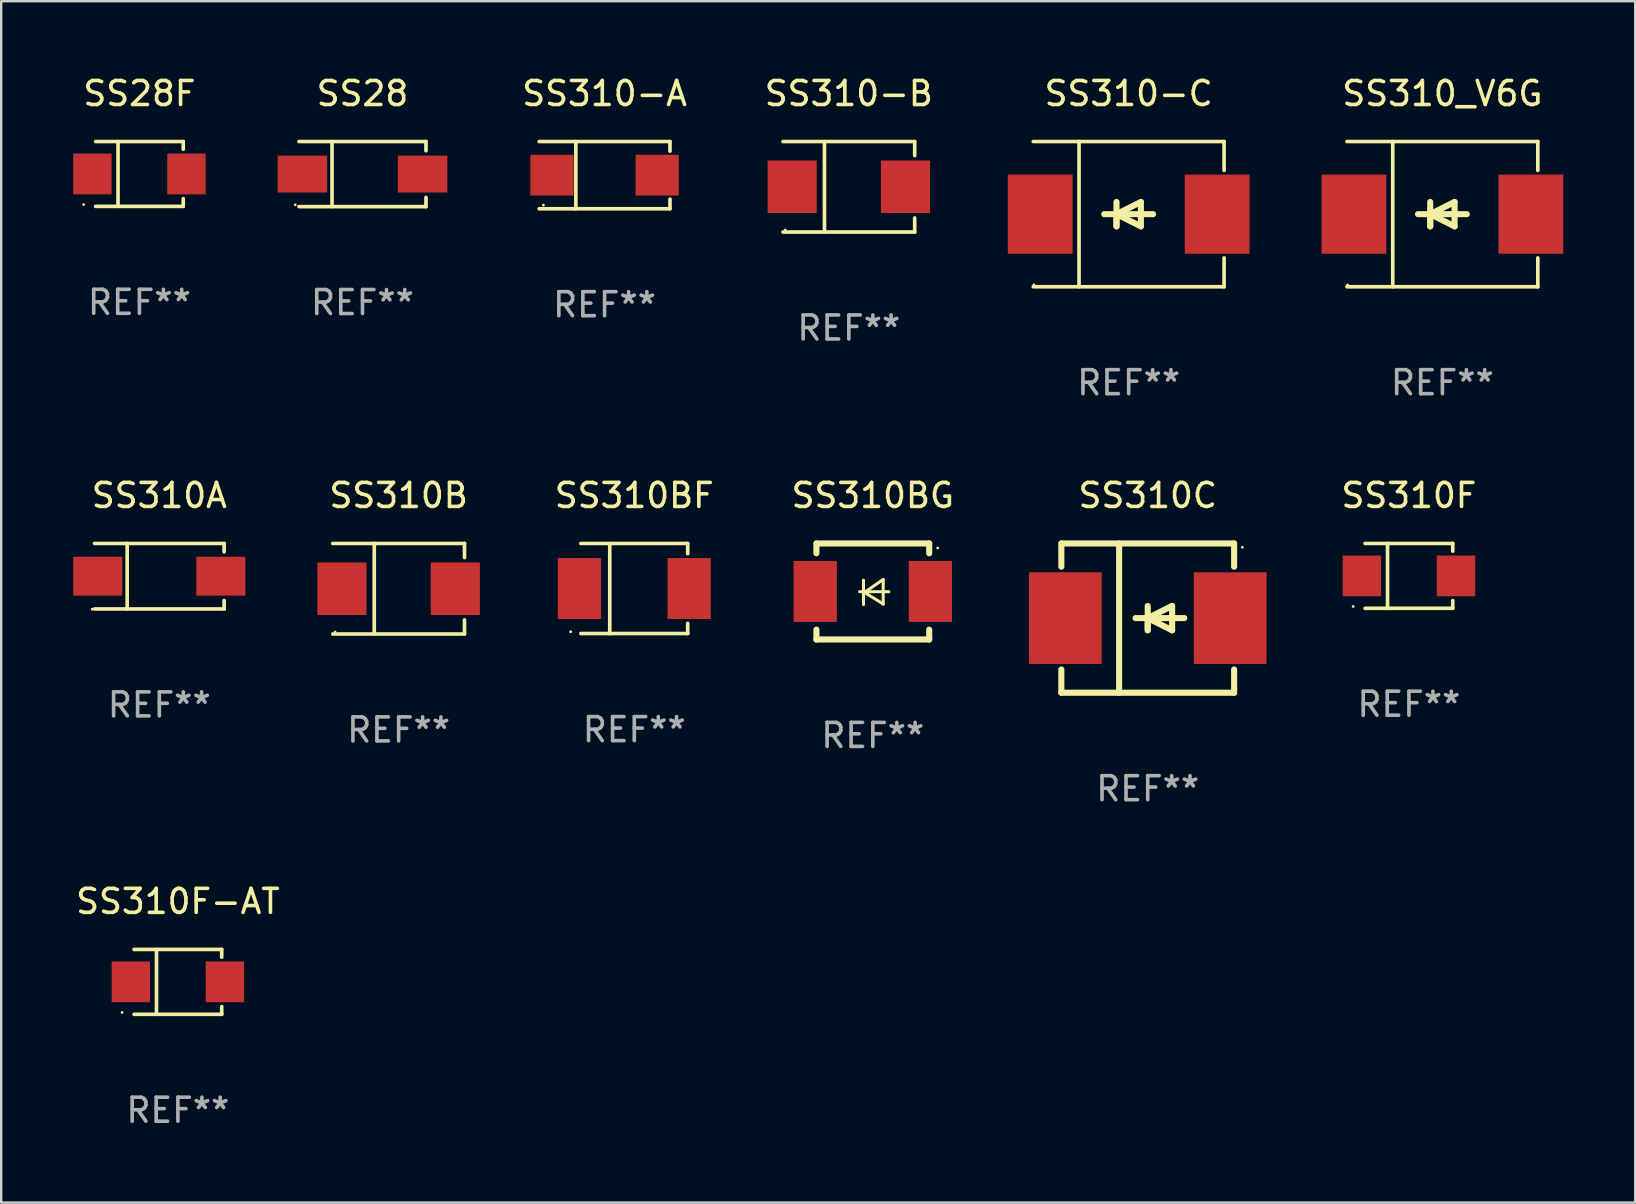
<source format=kicad_pcb>
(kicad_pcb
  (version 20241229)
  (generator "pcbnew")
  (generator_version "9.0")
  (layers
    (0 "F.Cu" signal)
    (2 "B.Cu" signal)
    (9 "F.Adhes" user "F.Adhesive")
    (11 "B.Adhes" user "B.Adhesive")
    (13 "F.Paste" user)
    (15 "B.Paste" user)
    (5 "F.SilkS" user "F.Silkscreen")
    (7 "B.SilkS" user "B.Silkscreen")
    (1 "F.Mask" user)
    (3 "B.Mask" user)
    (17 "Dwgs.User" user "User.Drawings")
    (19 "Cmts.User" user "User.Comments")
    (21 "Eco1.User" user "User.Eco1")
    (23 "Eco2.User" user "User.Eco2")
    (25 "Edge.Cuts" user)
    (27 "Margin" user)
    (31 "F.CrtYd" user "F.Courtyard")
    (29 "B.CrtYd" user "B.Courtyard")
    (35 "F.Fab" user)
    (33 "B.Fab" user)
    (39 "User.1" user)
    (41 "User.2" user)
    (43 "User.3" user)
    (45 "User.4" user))
  (footprint "SS310BF"
    (layer "F.Cu")
    (at 23.381 21.477)
    (property "Reference" "SS310BF" (at 0 -3.88 0) (layer "F.SilkS") (effects (font (size 1 1) (thickness 0.15))))
    (attr through_hole)
    (fp_line (start -2.226 -1.88) (end 2.226 -1.88) (stroke (width 0.152) (type solid)) (layer "F.SilkS"))
    (fp_line (start -2.226 1.873) (end 2.226 1.873) (stroke (width 0.152) (type solid)) (layer "F.SilkS"))
    (fp_line (start -1.022 -1.873) (end -1.022 1.88) (stroke (width 0.152) (type solid)) (layer "F.SilkS"))
    (fp_line (start 2.226 -1.88) (end 2.226 -1.453) (stroke (width 0.152) (type solid)) (layer "F.SilkS"))
    (fp_line (start 2.226 1.447) (end 2.226 1.873) (stroke (width 0.152) (type solid)) (layer "F.SilkS"))
    (fp_circle (center -2.65 1.797) (end -2.62 1.797) (stroke (width 0.06) (type solid)) (fill no) (layer "F.SilkS"))
    (fp_text user "REF**" (at 0 5.88 0) (layer "F.Fab") (effects (font (size 1 1) (thickness 0.15))))
    (pad "1" smd rect (at -2.285 -0.003) (size 1.8 2.54) (layers "F.Cu" "F.Mask" "F.Paste"))
    (pad "2" smd rect (at 2.285 -0.003) (size 1.8 2.54) (layers "F.Cu" "F.Mask" "F.Paste")))
  (footprint "SS310_V6G"
    (layer "F.Cu")
    (at 57.056 5.874)
    (property "Reference" "SS310_V6G" (at 0 -5.026 0) (layer "F.SilkS") (effects (font (size 1 1) (thickness 0.15))))
    (attr through_hole)
    (fp_line (start -3.976 -3.026) (end 3.976 -3.026) (stroke (width 0.152) (type solid)) (layer "F.SilkS"))
    (fp_line (start -3.976 3.026) (end 3.976 3.026) (stroke (width 0.152) (type solid)) (layer "F.SilkS"))
    (fp_line (start -2.069 -3.026) (end -2.069 3.026) (stroke (width 0.152) (type solid)) (layer "F.SilkS"))
    (fp_line (start -0.508 0) (end -0.508 0.508) (stroke (width 0.254) (type solid)) (layer "F.SilkS"))
    (fp_line (start -0.508 0) (end 0.508 0.508) (stroke (width 0.254) (type solid)) (layer "F.SilkS"))
    (fp_line (start -0.508 0.508) (end -0.508 -0.508) (stroke (width 0.254) (type solid)) (layer "F.SilkS"))
    (fp_line (start 0.508 -0.508) (end -0.508 0) (stroke (width 0.254) (type solid)) (layer "F.SilkS"))
    (fp_line (start 0.508 0.508) (end 0.508 -0.508) (stroke (width 0.254) (type solid)) (layer "F.SilkS"))
    (fp_line (start 1.016 0) (end -1.016 0) (stroke (width 0.254) (type solid)) (layer "F.SilkS"))
    (fp_line (start 3.976 -3.026) (end 3.976 -1.823) (stroke (width 0.152) (type solid)) (layer "F.SilkS"))
    (fp_line (start 3.976 3.026) (end 3.976 1.823) (stroke (width 0.152) (type solid)) (layer "F.SilkS"))
    (fp_circle (center -3.95 2.95) (end -3.92 2.95) (stroke (width 0.06) (type solid)) (fill no) (layer "F.SilkS"))
    (fp_text user "REF**" (at 0 7.026 0) (layer "F.Fab") (effects (font (size 1 1) (thickness 0.15))))
    (pad "1" smd rect (at -3.686 0) (size 2.7 3.3) (layers "F.Cu" "F.Mask" "F.Paste"))
    (pad "2" smd rect (at 3.686 0) (size 2.7 3.3) (layers "F.Cu" "F.Mask" "F.Paste")))
  (footprint "SS310F"
    (layer "F.Cu")
    (at 55.662 20.948)
    (property "Reference" "SS310F" (at 0 -3.351 0) (layer "F.SilkS") (effects (font (size 1 1) (thickness 0.15))))
    (attr through_hole)
    (fp_line (start -1.826 -1.351) (end 1.826 -1.351) (stroke (width 0.152) (type solid)) (layer "F.SilkS"))
    (fp_line (start -1.826 1.351) (end 1.826 1.351) (stroke (width 0.152) (type solid)) (layer "F.SilkS"))
    (fp_line (start -0.892 -1.351) (end -0.892 1.351) (stroke (width 0.152) (type solid)) (layer "F.SilkS"))
    (fp_line (start 1.826 -1.351) (end 1.826 -1.03) (stroke (width 0.152) (type solid)) (layer "F.SilkS"))
    (fp_line (start 1.826 1.03) (end 1.826 1.351) (stroke (width 0.152) (type solid)) (layer "F.SilkS"))
    (fp_circle (center -2.325 1.275) (end -2.295 1.275) (stroke (width 0.06) (type solid)) (fill no) (layer "F.SilkS"))
    (fp_text user "REF**" (at 0 5.351 0) (layer "F.Fab") (effects (font (size 1 1) (thickness 0.15))))
    (pad "1" smd rect (at -1.96 0 180) (size 1.6 1.7) (layers "F.Cu" "F.Mask" "F.Paste"))
    (pad "2" smd rect (at 1.96 0 180) (size 1.6 1.7) (layers "F.Cu" "F.Mask" "F.Paste")))
  (footprint "SS310B"
    (layer "F.Cu")
    (at 13.562 21.483)
    (property "Reference" "SS310B" (at 0 -3.886 0) (layer "F.SilkS") (effects (font (size 1 1) (thickness 0.15))))
    (attr through_hole)
    (fp_line (start -2.744 -1.886) (end 2.744 -1.886) (stroke (width 0.152) (type solid)) (layer "F.SilkS"))
    (fp_line (start -2.744 1.886) (end 2.744 1.886) (stroke (width 0.152) (type solid)) (layer "F.SilkS"))
    (fp_line (start -1.016 -1.886) (end -1.016 1.886) (stroke (width 0.152) (type solid)) (layer "F.SilkS"))
    (fp_line (start 2.744 -1.886) (end 2.744 -1.299) (stroke (width 0.152) (type solid)) (layer "F.SilkS"))
    (fp_line (start 2.744 1.886) (end 2.744 1.299) (stroke (width 0.152) (type solid)) (layer "F.SilkS"))
    (fp_circle (center -2.65 1.8) (end -2.62 1.8) (stroke (width 0.06) (type solid)) (fill no) (layer "F.SilkS"))
    (fp_text user "REF**" (at 0 5.886 0) (layer "F.Fab") (effects (font (size 1 1) (thickness 0.15))))
    (pad "1" smd rect (at -2.361 0) (size 2.047 2.192) (layers "F.Cu" "F.Mask" "F.Paste"))
    (pad "2" smd rect (at 2.361 0) (size 2.047 2.192) (layers "F.Cu" "F.Mask" "F.Paste")))
  (footprint "SS310F-AT"
    (layer "F.Cu")
    (at 4.363 37.865)
    (property "Reference" "SS310F-AT" (at 0 -3.351 0) (layer "F.SilkS") (effects (font (size 1 1) (thickness 0.15))))
    (attr through_hole)
    (fp_line (start -1.826 -1.351) (end 1.826 -1.351) (stroke (width 0.152) (type solid)) (layer "F.SilkS"))
    (fp_line (start -1.826 1.351) (end 1.826 1.351) (stroke (width 0.152) (type solid)) (layer "F.SilkS"))
    (fp_line (start -0.892 -1.351) (end -0.892 1.351) (stroke (width 0.152) (type solid)) (layer "F.SilkS"))
    (fp_line (start 1.826 -1.351) (end 1.826 -1.03) (stroke (width 0.152) (type solid)) (layer "F.SilkS"))
    (fp_line (start 1.826 1.03) (end 1.826 1.351) (stroke (width 0.152) (type solid)) (layer "F.SilkS"))
    (fp_circle (center -2.325 1.275) (end -2.295 1.275) (stroke (width 0.06) (type solid)) (fill no) (layer "F.SilkS"))
    (fp_text user "REF**" (at 0 5.351 0) (layer "F.Fab") (effects (font (size 1 1) (thickness 0.15))))
    (pad "1" smd rect (at -1.96 0 180) (size 1.6 1.7) (layers "F.Cu" "F.Mask" "F.Paste"))
    (pad "2" smd rect (at 1.96 0 180) (size 1.6 1.7) (layers "F.Cu" "F.Mask" "F.Paste")))
  (footprint "SS310C"
    (layer "F.Cu")
    (at 44.777 22.707)
    (property "Reference" "SS310C" (at 0 -5.11 0) (layer "F.SilkS") (effects (font (size 1 1) (thickness 0.15))))
    (attr through_hole)
    (fp_line (start -3.6 -3.11) (end -3.6 -2.141) (stroke (width 0.254) (type solid)) (layer "F.SilkS"))
    (fp_line (start -3.6 -3.11) (end 3.6 -3.11) (stroke (width 0.254) (type solid)) (layer "F.SilkS"))
    (fp_line (start -3.6 2.141) (end -3.6 3.11) (stroke (width 0.254) (type solid)) (layer "F.SilkS"))
    (fp_line (start -3.6 3.11) (end 3.6 3.11) (stroke (width 0.254) (type solid)) (layer "F.SilkS"))
    (fp_line (start -1.192 -3.11) (end -1.192 3.11) (stroke (width 0.254) (type solid)) (layer "F.SilkS"))
    (fp_line (start 0 0) (end 0 0.508) (stroke (width 0.254) (type solid)) (layer "F.SilkS"))
    (fp_line (start 0 0) (end 1.016 0.508) (stroke (width 0.254) (type solid)) (layer "F.SilkS"))
    (fp_line (start 0 0.508) (end 0 -0.508) (stroke (width 0.254) (type solid)) (layer "F.SilkS"))
    (fp_line (start 1.016 -0.508) (end 0 0) (stroke (width 0.254) (type solid)) (layer "F.SilkS"))
    (fp_line (start 1.016 0.508) (end 1.016 -0.508) (stroke (width 0.254) (type solid)) (layer "F.SilkS"))
    (fp_line (start 1.524 0) (end -0.508 0) (stroke (width 0.254) (type solid)) (layer "F.SilkS"))
    (fp_line (start 3.6 -3.11) (end 3.6 -2.141) (stroke (width 0.254) (type solid)) (layer "F.SilkS"))
    (fp_line (start 3.6 2.141) (end 3.6 3.11) (stroke (width 0.254) (type solid)) (layer "F.SilkS"))
    (fp_circle (center 3.943 -2.952) (end 3.973 -2.952) (stroke (width 0.06) (type solid)) (fill no) (layer "F.SilkS"))
    (fp_text user "REF**" (at 0 7.11 0) (layer "F.Fab") (effects (font (size 1 1) (thickness 0.15))))
    (pad "1" smd rect (at 3.435 0 180) (size 3.03 3.82) (layers "F.Cu" "F.Mask" "F.Paste"))
    (pad "2" smd rect (at -3.435 0 180) (size 3.03 3.82) (layers "F.Cu" "F.Mask" "F.Paste")))
  (footprint "SS310-C"
    (layer "F.Cu")
    (at 43.983 5.874)
    (property "Reference" "SS310-C" (at 0 -5.026 0) (layer "F.SilkS") (effects (font (size 1 1) (thickness 0.15))))
    (attr through_hole)
    (fp_line (start -3.976 -3.026) (end 3.976 -3.026) (stroke (width 0.152) (type solid)) (layer "F.SilkS"))
    (fp_line (start -3.976 3.026) (end 3.976 3.026) (stroke (width 0.152) (type solid)) (layer "F.SilkS"))
    (fp_line (start -2.069 -3.026) (end -2.069 3.026) (stroke (width 0.152) (type solid)) (layer "F.SilkS"))
    (fp_line (start -0.508 0) (end -0.508 0.508) (stroke (width 0.254) (type solid)) (layer "F.SilkS"))
    (fp_line (start -0.508 0) (end 0.508 0.508) (stroke (width 0.254) (type solid)) (layer "F.SilkS"))
    (fp_line (start -0.508 0.508) (end -0.508 -0.508) (stroke (width 0.254) (type solid)) (layer "F.SilkS"))
    (fp_line (start 0.508 -0.508) (end -0.508 0) (stroke (width 0.254) (type solid)) (layer "F.SilkS"))
    (fp_line (start 0.508 0.508) (end 0.508 -0.508) (stroke (width 0.254) (type solid)) (layer "F.SilkS"))
    (fp_line (start 1.016 0) (end -1.016 0) (stroke (width 0.254) (type solid)) (layer "F.SilkS"))
    (fp_line (start 3.976 -3.026) (end 3.976 -1.823) (stroke (width 0.152) (type solid)) (layer "F.SilkS"))
    (fp_line (start 3.976 3.026) (end 3.976 1.823) (stroke (width 0.152) (type solid)) (layer "F.SilkS"))
    (fp_circle (center -3.95 2.95) (end -3.92 2.95) (stroke (width 0.06) (type solid)) (fill no) (layer "F.SilkS"))
    (fp_text user "REF**" (at 0 7.026 0) (layer "F.Fab") (effects (font (size 1 1) (thickness 0.15))))
    (pad "1" smd rect (at -3.686 0) (size 2.7 3.3) (layers "F.Cu" "F.Mask" "F.Paste"))
    (pad "2" smd rect (at 3.686 0) (size 2.7 3.3) (layers "F.Cu" "F.Mask" "F.Paste")))
  (footprint "SS310A"
    (layer "F.Cu")
    (at 3.589 20.961)
    (property "Reference" "SS310A" (at 0 -3.364 0) (layer "F.SilkS") (effects (font (size 1 1) (thickness 0.15))))
    (attr through_hole)
    (fp_line (start -2.701 -1.364) (end 2.701 -1.364) (stroke (width 0.152) (type solid)) (layer "F.SilkS"))
    (fp_line (start -2.701 1.364) (end 2.701 1.364) (stroke (width 0.152) (type solid)) (layer "F.SilkS"))
    (fp_line (start -1.339 -1.364) (end -1.339 1.364) (stroke (width 0.152) (type solid)) (layer "F.SilkS"))
    (fp_line (start 2.701 -1.364) (end 2.701 -1.013) (stroke (width 0.152) (type solid)) (layer "F.SilkS"))
    (fp_line (start 2.701 1.364) (end 2.701 1.013) (stroke (width 0.152) (type solid)) (layer "F.SilkS"))
    (fp_circle (center -2.8 1.375) (end -2.77 1.375) (stroke (width 0.06) (type solid)) (fill no) (layer "F.SilkS"))
    (fp_text user "REF**" (at 0 5.364 0) (layer "F.Fab") (effects (font (size 1 1) (thickness 0.15))))
    (pad "1" smd rect (at -2.565 -0.000025) (size 2.046 1.62) (layers "F.Cu" "F.Mask" "F.Paste"))
    (pad "2" smd rect (at 2.565 -0.000025) (size 2.046 1.62) (layers "F.Cu" "F.Mask" "F.Paste")))
  (footprint "SS28F"
    (layer "F.Cu")
    (at 2.76 4.199)
    (property "Reference" "SS28F" (at 0 -3.351 0) (layer "F.SilkS") (effects (font (size 1 1) (thickness 0.15))))
    (attr through_hole)
    (fp_line (start -1.826 -1.351) (end 1.826 -1.351) (stroke (width 0.152) (type solid)) (layer "F.SilkS"))
    (fp_line (start -1.826 1.351) (end 1.826 1.351) (stroke (width 0.152) (type solid)) (layer "F.SilkS"))
    (fp_line (start -0.892 -1.351) (end -0.892 1.351) (stroke (width 0.152) (type solid)) (layer "F.SilkS"))
    (fp_line (start 1.826 -1.351) (end 1.826 -1.03) (stroke (width 0.152) (type solid)) (layer "F.SilkS"))
    (fp_line (start 1.826 1.03) (end 1.826 1.351) (stroke (width 0.152) (type solid)) (layer "F.SilkS"))
    (fp_circle (center -2.325 1.275) (end -2.295 1.275) (stroke (width 0.06) (type solid)) (fill no) (layer "F.SilkS"))
    (fp_text user "REF**" (at 0 5.351 0) (layer "F.Fab") (effects (font (size 1 1) (thickness 0.15))))
    (pad "1" smd rect (at -1.96 0 180) (size 1.6 1.7) (layers "F.Cu" "F.Mask" "F.Paste"))
    (pad "2" smd rect (at 1.96 0 180) (size 1.6 1.7) (layers "F.Cu" "F.Mask" "F.Paste")))
  (footprint "SS310-B"
    (layer "F.Cu")
    (at 32.322 4.734)
    (property "Reference" "SS310-B" (at 0 -3.886 0) (layer "F.SilkS") (effects (font (size 1 1) (thickness 0.15))))
    (attr through_hole)
    (fp_line (start -2.744 -1.886) (end 2.744 -1.886) (stroke (width 0.152) (type solid)) (layer "F.SilkS"))
    (fp_line (start -2.744 1.886) (end 2.744 1.886) (stroke (width 0.152) (type solid)) (layer "F.SilkS"))
    (fp_line (start -1.016 -1.886) (end -1.016 1.886) (stroke (width 0.152) (type solid)) (layer "F.SilkS"))
    (fp_line (start 2.744 -1.886) (end 2.744 -1.299) (stroke (width 0.152) (type solid)) (layer "F.SilkS"))
    (fp_line (start 2.744 1.886) (end 2.744 1.299) (stroke (width 0.152) (type solid)) (layer "F.SilkS"))
    (fp_circle (center -2.65 1.8) (end -2.62 1.8) (stroke (width 0.06) (type solid)) (fill no) (layer "F.SilkS"))
    (fp_text user "REF**" (at 0 5.886 0) (layer "F.Fab") (effects (font (size 1 1) (thickness 0.15))))
    (pad "1" smd rect (at -2.361 0) (size 2.047 2.192) (layers "F.Cu" "F.Mask" "F.Paste"))
    (pad "2" smd rect (at 2.361 0) (size 2.047 2.192) (layers "F.Cu" "F.Mask" "F.Paste")))
  (footprint "SS310-A"
    (layer "F.Cu")
    (at 22.143 4.249)
    (property "Reference" "SS310-A" (at 0 -3.401 0) (layer "F.SilkS") (effects (font (size 1 1) (thickness 0.15))))
    (attr through_hole)
    (fp_line (start -2.726 -1.401) (end 2.726 -1.401) (stroke (width 0.152) (type solid)) (layer "F.SilkS"))
    (fp_line (start -2.726 1.401) (end 2.726 1.401) (stroke (width 0.152) (type solid)) (layer "F.SilkS"))
    (fp_line (start -1.197 -1.401) (end -1.197 1.401) (stroke (width 0.152) (type solid)) (layer "F.SilkS"))
    (fp_line (start 2.726 -1.401) (end 2.726 -1) (stroke (width 0.152) (type solid)) (layer "F.SilkS"))
    (fp_line (start 2.726 1.401) (end 2.726 1) (stroke (width 0.152) (type solid)) (layer "F.SilkS"))
    (fp_circle (center -2.55 1.25) (end -2.52 1.25) (stroke (width 0.06) (type solid)) (fill no) (layer "F.SilkS"))
    (fp_text user "REF**" (at 0 5.401 0) (layer "F.Fab") (effects (font (size 1 1) (thickness 0.15))))
    (pad "1" smd rect (at -2.192 0) (size 1.8 1.7) (layers "F.Cu" "F.Mask" "F.Paste"))
    (pad "2" smd rect (at 2.192 0) (size 1.8 1.7) (layers "F.Cu" "F.Mask" "F.Paste")))
  (footprint "SS310BG"
    (layer "F.Cu")
    (at 33.321 21.597)
    (property "Reference" "SS310BG" (at 0 -4 0) (layer "F.SilkS") (effects (font (size 1 1) (thickness 0.15))))
    (attr through_hole)
    (fp_line (start -2.35 -2) (end -2.35 -1.591) (stroke (width 0.254) (type solid)) (layer "F.SilkS"))
    (fp_line (start -2.35 -2) (end 2.35 -2) (stroke (width 0.254) (type solid)) (layer "F.SilkS"))
    (fp_line (start -2.35 1.591) (end -2.35 2) (stroke (width 0.254) (type solid)) (layer "F.SilkS"))
    (fp_line (start -2.35 2) (end 2.35 2) (stroke (width 0.254) (type solid)) (layer "F.SilkS"))
    (fp_line (start -0.548 0.01) (end 0.671 0.01) (stroke (width 0.127) (type solid)) (layer "F.SilkS"))
    (fp_line (start -0.389 -0.47) (end -0.389 0.546) (stroke (width 0.127) (type solid)) (layer "F.SilkS"))
    (fp_line (start -0.35 0.04) (end 0.433 0.52) (stroke (width 0.127) (type solid)) (layer "F.SilkS"))
    (fp_line (start 0.433 -0.5) (end -0.35 0.04) (stroke (width 0.127) (type solid)) (layer "F.SilkS"))
    (fp_line (start 0.433 0.53) (end 0.433 -0.486) (stroke (width 0.127) (type solid)) (layer "F.SilkS"))
    (fp_line (start 2.35 -2) (end 2.35 -1.591) (stroke (width 0.254) (type solid)) (layer "F.SilkS"))
    (fp_line (start 2.35 1.591) (end 2.35 2) (stroke (width 0.254) (type solid)) (layer "F.SilkS"))
    (fp_circle (center 2.704 -1.813) (end 2.734 -1.813) (stroke (width 0.06) (type solid)) (fill no) (layer "F.SilkS"))
    (fp_text user "REF**" (at 0 6 0) (layer "F.Fab") (effects (font (size 1 1) (thickness 0.15))))
    (pad "1" smd rect (at 2.4 0) (size 1.8 2.54) (layers "F.Cu" "F.Mask" "F.Paste"))
    (pad "2" smd rect (at -2.4 0) (size 1.8 2.54) (layers "F.Cu" "F.Mask" "F.Paste")))
  (footprint "SS28"
    (layer "F.Cu")
    (at 12.055 4.204)
    (property "Reference" "SS28" (at 0 -3.356 0) (layer "F.SilkS") (effects (font (size 1 1) (thickness 0.15))))
    (attr through_hole)
    (fp_line (start -2.646 -1.356) (end 2.646 -1.356) (stroke (width 0.152) (type solid)) (layer "F.SilkS"))
    (fp_line (start -2.646 1.356) (end 2.646 1.356) (stroke (width 0.152) (type solid)) (layer "F.SilkS"))
    (fp_line (start -1.269 -1.356) (end -1.269 1.356) (stroke (width 0.152) (type solid)) (layer "F.SilkS"))
    (fp_line (start 2.646 -1.356) (end 2.646 -0.973) (stroke (width 0.152) (type solid)) (layer "F.SilkS"))
    (fp_line (start 2.646 1.356) (end 2.646 0.973) (stroke (width 0.152) (type solid)) (layer "F.SilkS"))
    (fp_circle (center -2.8 1.28) (end -2.77 1.28) (stroke (width 0.06) (type solid)) (fill no) (layer "F.SilkS"))
    (fp_text user "REF**" (at 0 5.356 0) (layer "F.Fab") (effects (font (size 1 1) (thickness 0.15))))
    (pad "1" smd rect (at 2.504 0) (size 2.063 1.539) (layers "F.Cu" "F.Mask" "F.Paste"))
    (pad "2" smd rect (at -2.504 0) (size 2.063 1.539) (layers "F.Cu" "F.Mask" "F.Paste")))
  (gr_rect
    (start -3 -3)
    (end 65.092 47.064)
    (stroke (width 0.1) (type default))
    (fill no)
    (layer "Edge.Cuts")))
</source>
